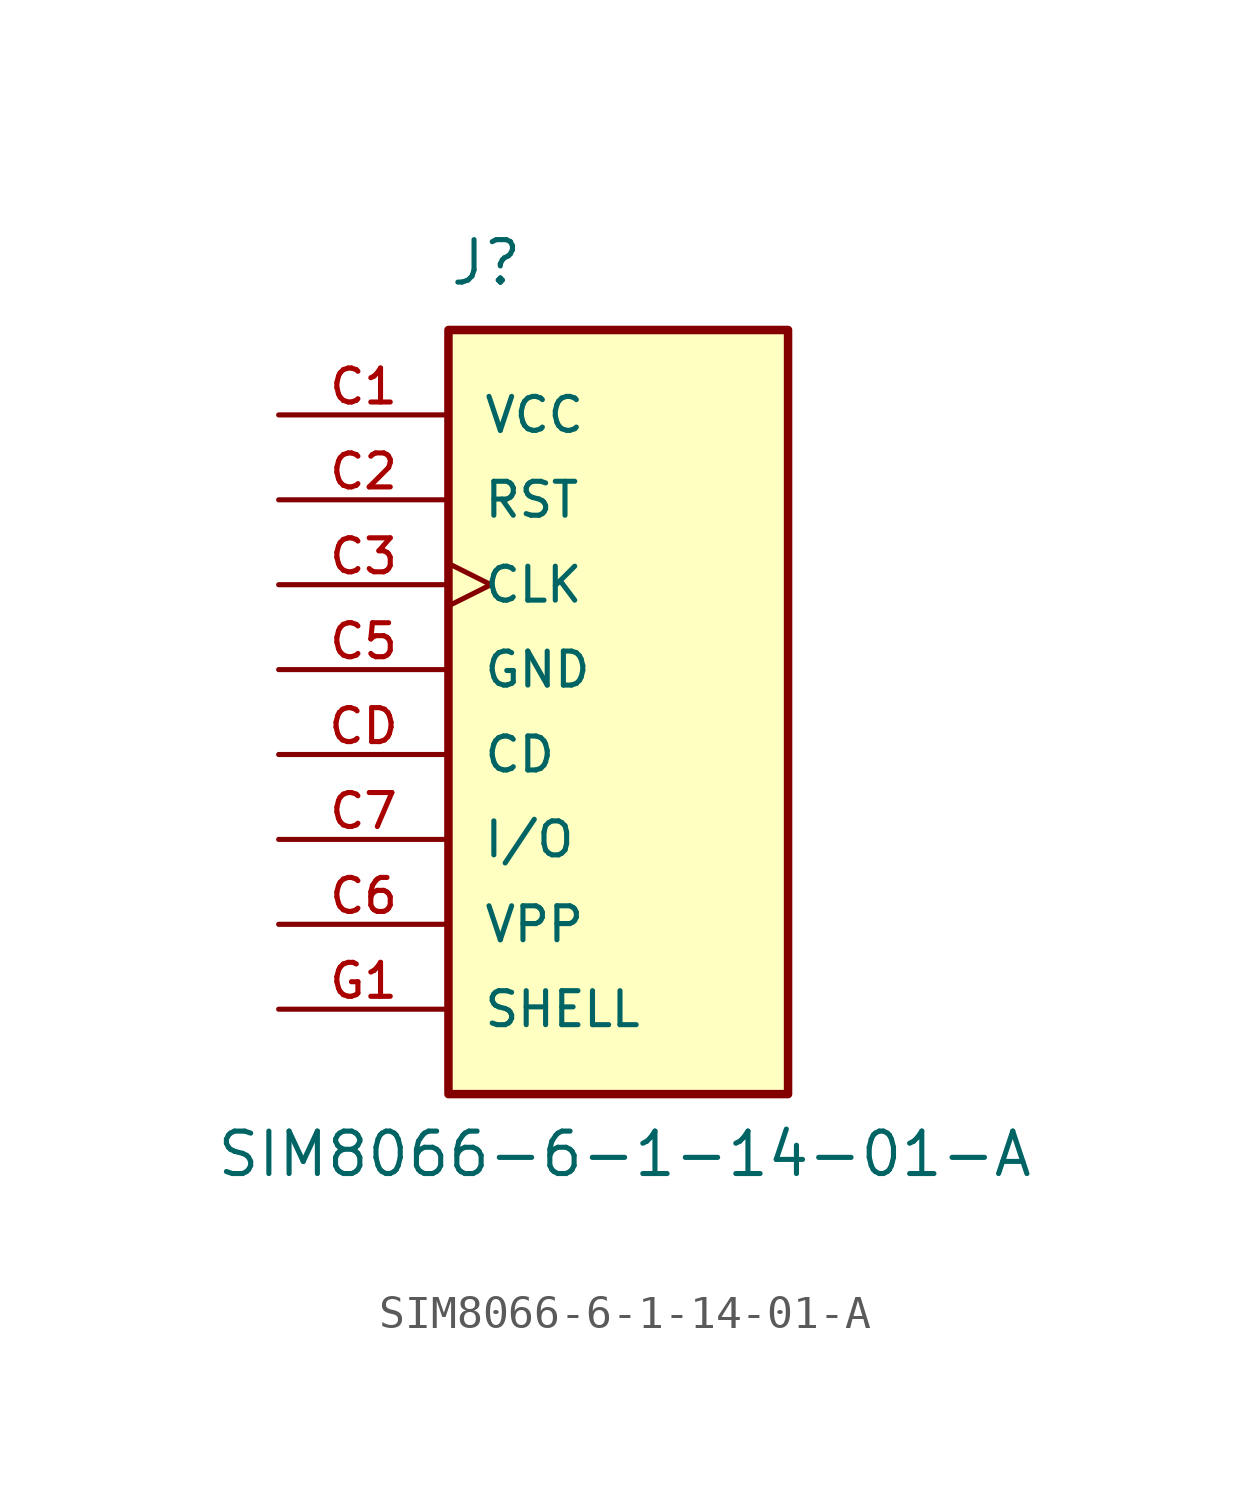
<source format=kicad_sym>
(kicad_symbol_lib
  (version 20220914)
  (generator kicad_symbol_editor)
  (symbol "SIM8066-6-1-14-01-A"
    (pin_names
      (offset 1.016))
    (property "Reference" "J"
      (at -5.08 11.43 0)
      (effects (font (size 1.27 1.27)) (justify left bottom)))
    (property "Value" "SIM8066-6-1-14-01-A"
      (at -12.065 -15.24 0)
      (effects (font (size 1.27 1.27)) (justify left bottom)))
    (symbol "SIM8066-6-1-14-01-A_0_0"
      (rectangle (start -5.08 10.16) (end 5.08 -12.7) (stroke (width 0.254) (type default)) (fill (type background)))
      (pin power_in line (at -10.16 7.62 0) (length 5.08) (name "VCC" (effects (font (size 1.016 1.016)))) (number "C1" (effects (font (size 1.016 1.016)))))
      (pin input line (at -10.16 5.08 0) (length 5.08) (name "RST" (effects (font (size 1.016 1.016)))) (number "C2" (effects (font (size 1.016 1.016)))))
      (pin input clock (at -10.16 2.54 0) (length 5.08) (name "CLK" (effects (font (size 1.016 1.016)))) (number "C3" (effects (font (size 1.016 1.016)))))
      (pin power_in line (at -10.16 0 0) (length 5.08) (name "GND" (effects (font (size 1.016 1.016)))) (number "C5" (effects (font (size 1.016 1.016)))))
      (pin power_in line (at -10.16 -7.62 0) (length 5.08) (name "VPP" (effects (font (size 1.016 1.016)))) (number "C6" (effects (font (size 1.016 1.016)))))
      (pin bidirectional line (at -10.16 -5.08 0) (length 5.08) (name "I/O" (effects (font (size 1.016 1.016)))) (number "C7" (effects (font (size 1.016 1.016)))))
      (pin bidirectional line (at -10.16 -2.54 0) (length 5.08) (name "CD" (effects (font (size 1.016 1.016)))) (number "CD" (effects (font (size 1.016 1.016))))))
    (symbol "SIM8066-6-1-14-01-A_1_0"
      (pin passive line (at -10.16 -10.16 0) (length 5.08) (name "SHELL" (effects (font (size 1.016 1.016)))) (number "G1" (effects (font (size 1.016 1.016)))))
      (pin passive line (at -10.16 -10.16 0) (length 5.08) hide (name "SHELL" (effects (font (size 1.016 1.016)))) (number "G2" (effects (font (size 1.016 1.016)))))
      (pin passive line (at -10.16 -10.16 0) (length 5.08) hide (name "SHELL" (effects (font (size 1.016 1.016)))) (number "G3" (effects (font (size 1.016 1.016)))))
      (pin passive line (at -10.16 -10.16 0) (length 5.08) hide (name "SHELL" (effects (font (size 1.016 1.016)))) (number "G4" (effects (font (size 1.016 1.016))))))))
</source>
